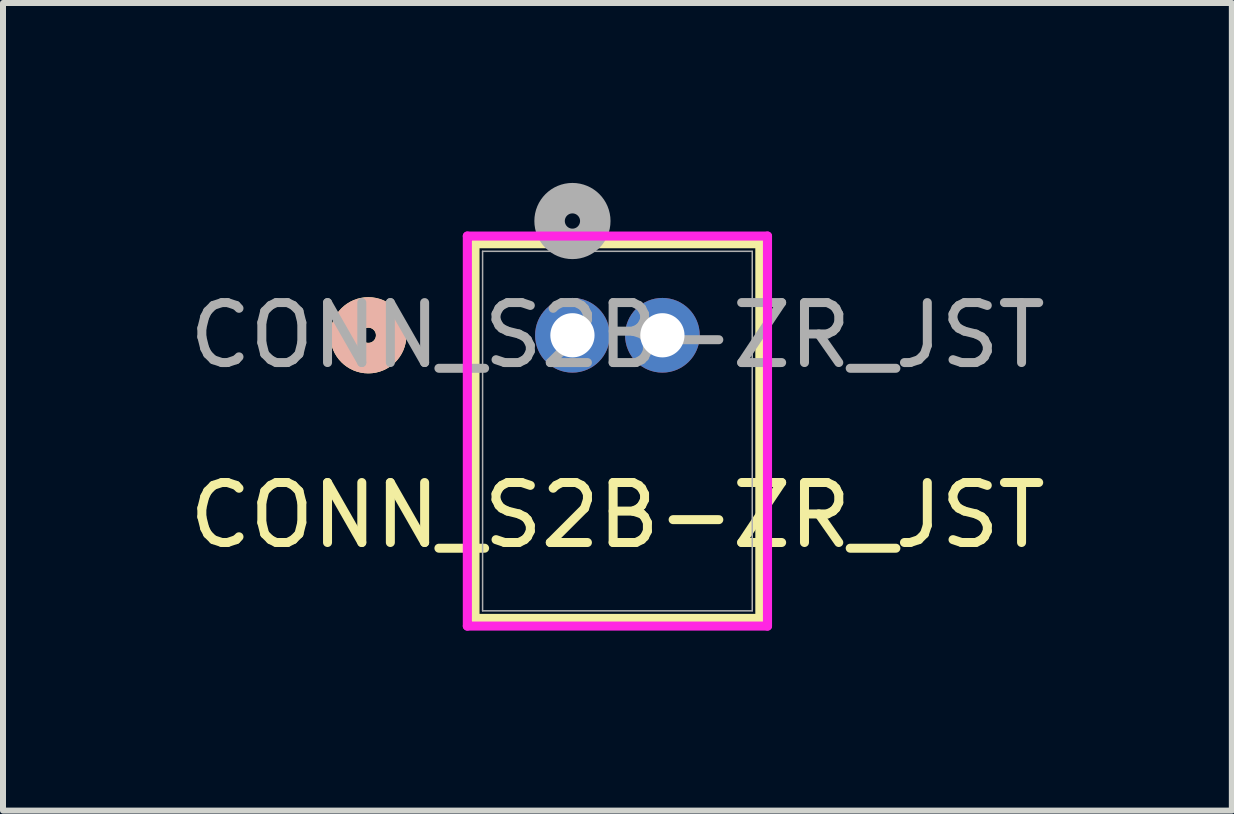
<source format=kicad_pcb>
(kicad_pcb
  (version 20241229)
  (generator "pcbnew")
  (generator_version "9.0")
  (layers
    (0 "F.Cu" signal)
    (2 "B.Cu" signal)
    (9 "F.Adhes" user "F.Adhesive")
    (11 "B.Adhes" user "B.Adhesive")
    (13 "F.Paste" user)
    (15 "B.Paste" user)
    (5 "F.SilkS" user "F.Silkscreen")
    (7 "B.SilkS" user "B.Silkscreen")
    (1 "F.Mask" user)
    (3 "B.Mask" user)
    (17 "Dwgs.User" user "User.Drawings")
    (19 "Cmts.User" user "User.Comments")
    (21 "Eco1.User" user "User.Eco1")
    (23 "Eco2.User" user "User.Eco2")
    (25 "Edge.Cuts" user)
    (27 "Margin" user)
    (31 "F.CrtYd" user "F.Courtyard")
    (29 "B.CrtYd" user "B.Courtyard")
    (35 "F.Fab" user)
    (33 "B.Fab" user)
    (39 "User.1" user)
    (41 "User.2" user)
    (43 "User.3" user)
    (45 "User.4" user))
  (footprint "CONN_S2B-ZR_JST"
    (layer "F.Cu")
    (at 6.494 2.54)
    (property "Reference" "CONN_S2B-ZR_JST" (at 0.75 3 0) (unlocked yes) (layer "F.SilkS") (effects (font (size 1 1) (thickness 0.15))))
    (attr through_hole)
    (fp_line (start -1.625 -1.527) (end -1.625 4.721) (stroke (width 0.152) (type solid)) (layer "F.SilkS"))
    (fp_line (start -1.625 4.721) (end 3.125 4.721) (stroke (width 0.152) (type solid)) (layer "F.SilkS"))
    (fp_line (start 3.125 -1.527) (end -1.625 -1.527) (stroke (width 0.152) (type solid)) (layer "F.SilkS"))
    (fp_line (start 3.125 4.721) (end 3.125 -1.527) (stroke (width 0.152) (type solid)) (layer "F.SilkS"))
    (fp_circle (center -3.403 0) (end -3.022 0) (stroke (width 0.508) (type solid)) (fill no) (layer "F.SilkS"))
    (fp_circle (center -3.403 0) (end -3.022 0) (stroke (width 0.508) (type solid)) (fill no) (layer "B.SilkS"))
    (fp_line (start -1.752 -1.654) (end -1.752 4.848) (stroke (width 0.152) (type solid)) (layer "F.CrtYd"))
    (fp_line (start -1.752 4.848) (end 3.252 4.848) (stroke (width 0.152) (type solid)) (layer "F.CrtYd"))
    (fp_line (start 3.252 -1.654) (end -1.752 -1.654) (stroke (width 0.152) (type solid)) (layer "F.CrtYd"))
    (fp_line (start 3.252 4.848) (end 3.252 -1.654) (stroke (width 0.152) (type solid)) (layer "F.CrtYd"))
    (fp_line (start -1.498 -1.4) (end -1.498 4.594) (stroke (width 0.025) (type solid)) (layer "F.Fab"))
    (fp_line (start -1.498 4.594) (end 2.998 4.594) (stroke (width 0.025) (type solid)) (layer "F.Fab"))
    (fp_line (start 2.998 -1.4) (end -1.498 -1.4) (stroke (width 0.025) (type solid)) (layer "F.Fab"))
    (fp_line (start 2.998 4.594) (end 2.998 -1.4) (stroke (width 0.025) (type solid)) (layer "F.Fab"))
    (fp_circle (center 0 -1.905) (end 0.381 -1.905) (stroke (width 0.508) (type solid)) (fill no) (layer "F.Fab"))
    (fp_text user "${REFERENCE}" (at 0.75 0 0) (unlocked yes) (layer "F.Fab") (effects (font (size 1 1) (thickness 0.15))))
    (pad "1" thru_hole circle (at 0 0) (size 1.245 1.245) (drill 0.737) (layers "*.Cu" "*.Mask"))
    (pad "2" thru_hole circle (at 1.5 0) (size 1.245 1.245) (drill 0.737) (layers "*.Cu" "*.Mask")))
  (gr_rect
    (start -3 -3)
    (end 17.488 10.465)
    (stroke (width 0.1) (type default))
    (fill no)
    (layer "Edge.Cuts")))
</source>
